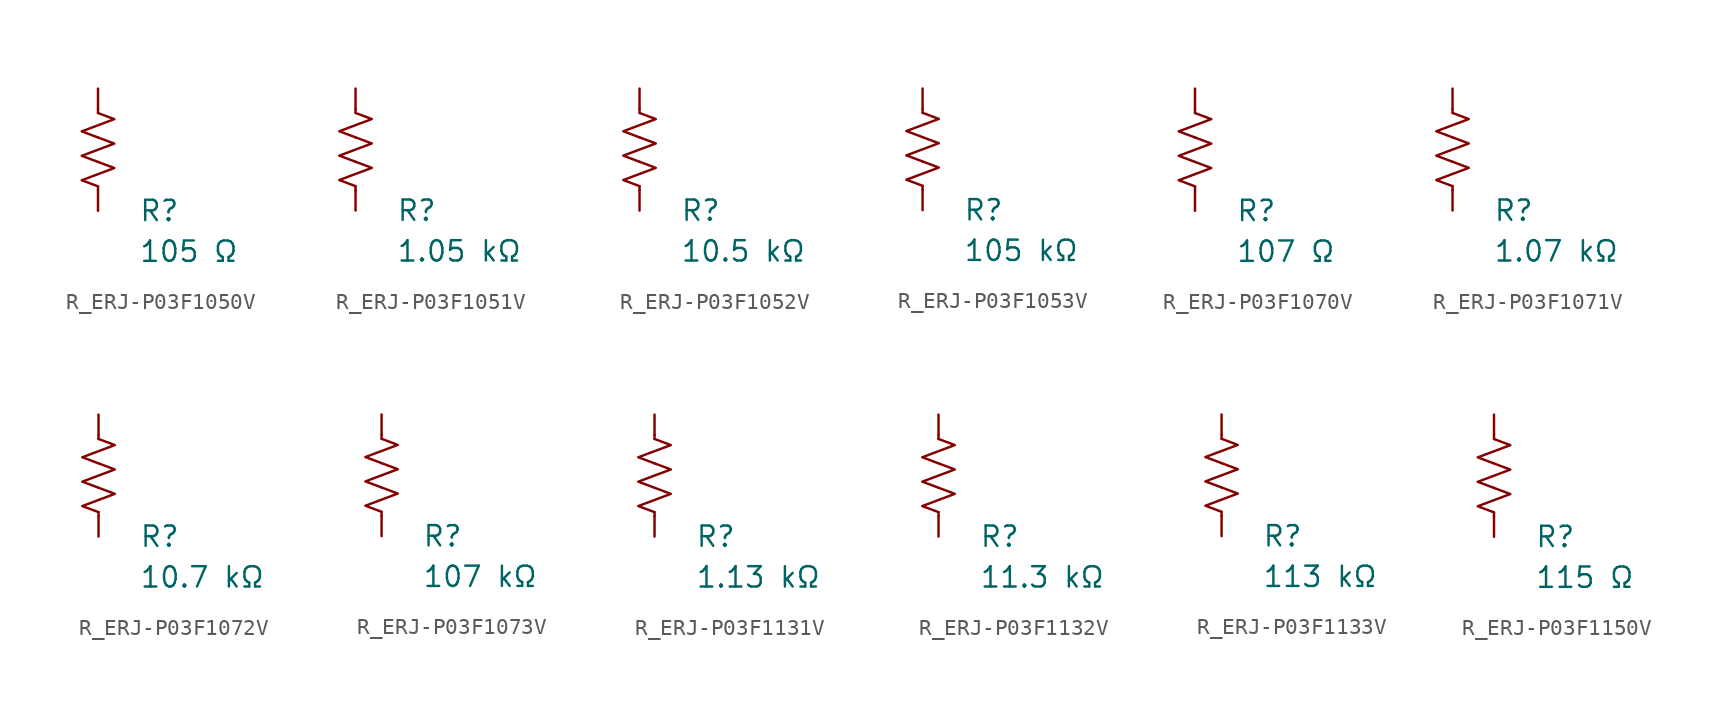
<source format=kicad_sym>
(kicad_symbol_lib
  (version 20231120)
  (generator "kicad_symbol_editor")
  (generator_version "8.0")
  (symbol "R_ERJ-P03F1050V"
    (pin_numbers hide)
    (pin_names
      (offset 0))
    (property "Reference" "R"
      (at 2.54 -3.81 0)
      (effects (font (size 1.27 1.27)) (justify left))
      (show_name no))
    (property "Value" "105 Ω"
      (at 2.54 -6.35 0)
      (effects (font (size 1.27 1.27)) (justify left))
      (show_name no))
    (symbol "R_ERJ-P03F1050V_0_1"
      (polyline (pts (xy 0 -2.286) (xy 0 -2.54)) (stroke (width 0) (type default)) (fill (type none)))
      (polyline (pts (xy 0 2.286) (xy 0 2.54)) (stroke (width 0) (type default)) (fill (type none)))
      (polyline (pts (xy 0 -0.762) (xy 1.016 -1.143) (xy 0 -1.524) (xy -1.016 -1.905) (xy 0 -2.286)) (stroke (width 0) (type default)) (fill (type none)))
      (polyline (pts (xy 0 0.762) (xy 1.016 0.381) (xy 0 0) (xy -1.016 -0.381) (xy 0 -0.762)) (stroke (width 0) (type default)) (fill (type none)))
      (polyline (pts (xy 0 2.286) (xy 1.016 1.905) (xy 0 1.524) (xy -1.016 1.143) (xy 0 0.762)) (stroke (width 0) (type default)) (fill (type none))))
    (symbol "R_ERJ-P03F1050V_1_1"
      (pin passive line (at 0 3.81 270) (length 1.27) (name "~" (effects (font (size 1.27 1.27)))) (number "1" (effects (font (size 1.27 1.27)))))
      (pin passive line (at 0 -3.81 90) (length 1.27) (name "~" (effects (font (size 1.27 1.27)))) (number "2" (effects (font (size 1.27 1.27)))))))
  (symbol "R_ERJ-P03F1051V"
    (pin_numbers hide)
    (pin_names
      (offset 0))
    (property "Reference" "R"
      (at 2.54 -3.81 0)
      (effects (font (size 1.27 1.27)) (justify left))
      (show_name no))
    (property "Value" "1.05 kΩ"
      (at 2.54 -6.35 0)
      (effects (font (size 1.27 1.27)) (justify left))
      (show_name no))
    (symbol "R_ERJ-P03F1051V_0_1"
      (polyline (pts (xy 0 -2.286) (xy 0 -2.54)) (stroke (width 0) (type default)) (fill (type none)))
      (polyline (pts (xy 0 2.286) (xy 0 2.54)) (stroke (width 0) (type default)) (fill (type none)))
      (polyline (pts (xy 0 -0.762) (xy 1.016 -1.143) (xy 0 -1.524) (xy -1.016 -1.905) (xy 0 -2.286)) (stroke (width 0) (type default)) (fill (type none)))
      (polyline (pts (xy 0 0.762) (xy 1.016 0.381) (xy 0 0) (xy -1.016 -0.381) (xy 0 -0.762)) (stroke (width 0) (type default)) (fill (type none)))
      (polyline (pts (xy 0 2.286) (xy 1.016 1.905) (xy 0 1.524) (xy -1.016 1.143) (xy 0 0.762)) (stroke (width 0) (type default)) (fill (type none))))
    (symbol "R_ERJ-P03F1051V_1_1"
      (pin passive line (at 0 3.81 270) (length 1.27) (name "~" (effects (font (size 1.27 1.27)))) (number "1" (effects (font (size 1.27 1.27)))))
      (pin passive line (at 0 -3.81 90) (length 1.27) (name "~" (effects (font (size 1.27 1.27)))) (number "2" (effects (font (size 1.27 1.27)))))))
  (symbol "R_ERJ-P03F1052V"
    (pin_numbers hide)
    (pin_names
      (offset 0))
    (property "Reference" "R"
      (at 2.54 -3.81 0)
      (effects (font (size 1.27 1.27)) (justify left))
      (show_name no))
    (property "Value" "10.5 kΩ"
      (at 2.54 -6.35 0)
      (effects (font (size 1.27 1.27)) (justify left))
      (show_name no))
    (symbol "R_ERJ-P03F1052V_0_1"
      (polyline (pts (xy 0 -2.286) (xy 0 -2.54)) (stroke (width 0) (type default)) (fill (type none)))
      (polyline (pts (xy 0 2.286) (xy 0 2.54)) (stroke (width 0) (type default)) (fill (type none)))
      (polyline (pts (xy 0 -0.762) (xy 1.016 -1.143) (xy 0 -1.524) (xy -1.016 -1.905) (xy 0 -2.286)) (stroke (width 0) (type default)) (fill (type none)))
      (polyline (pts (xy 0 0.762) (xy 1.016 0.381) (xy 0 0) (xy -1.016 -0.381) (xy 0 -0.762)) (stroke (width 0) (type default)) (fill (type none)))
      (polyline (pts (xy 0 2.286) (xy 1.016 1.905) (xy 0 1.524) (xy -1.016 1.143) (xy 0 0.762)) (stroke (width 0) (type default)) (fill (type none))))
    (symbol "R_ERJ-P03F1052V_1_1"
      (pin passive line (at 0 3.81 270) (length 1.27) (name "~" (effects (font (size 1.27 1.27)))) (number "1" (effects (font (size 1.27 1.27)))))
      (pin passive line (at 0 -3.81 90) (length 1.27) (name "~" (effects (font (size 1.27 1.27)))) (number "2" (effects (font (size 1.27 1.27)))))))
  (symbol "R_ERJ-P03F1053V"
    (pin_numbers hide)
    (pin_names
      (offset 0))
    (property "Reference" "R"
      (at 2.54 -3.81 0)
      (effects (font (size 1.27 1.27)) (justify left))
      (show_name no))
    (property "Value" "105 kΩ"
      (at 2.54 -6.35 0)
      (effects (font (size 1.27 1.27)) (justify left))
      (show_name no))
    (symbol "R_ERJ-P03F1053V_0_1"
      (polyline (pts (xy 0 -2.286) (xy 0 -2.54)) (stroke (width 0) (type default)) (fill (type none)))
      (polyline (pts (xy 0 2.286) (xy 0 2.54)) (stroke (width 0) (type default)) (fill (type none)))
      (polyline (pts (xy 0 -0.762) (xy 1.016 -1.143) (xy 0 -1.524) (xy -1.016 -1.905) (xy 0 -2.286)) (stroke (width 0) (type default)) (fill (type none)))
      (polyline (pts (xy 0 0.762) (xy 1.016 0.381) (xy 0 0) (xy -1.016 -0.381) (xy 0 -0.762)) (stroke (width 0) (type default)) (fill (type none)))
      (polyline (pts (xy 0 2.286) (xy 1.016 1.905) (xy 0 1.524) (xy -1.016 1.143) (xy 0 0.762)) (stroke (width 0) (type default)) (fill (type none))))
    (symbol "R_ERJ-P03F1053V_1_1"
      (pin passive line (at 0 3.81 270) (length 1.27) (name "~" (effects (font (size 1.27 1.27)))) (number "1" (effects (font (size 1.27 1.27)))))
      (pin passive line (at 0 -3.81 90) (length 1.27) (name "~" (effects (font (size 1.27 1.27)))) (number "2" (effects (font (size 1.27 1.27)))))))
  (symbol "R_ERJ-P03F1070V"
    (pin_numbers hide)
    (pin_names
      (offset 0))
    (property "Reference" "R"
      (at 2.54 -3.81 0)
      (effects (font (size 1.27 1.27)) (justify left))
      (show_name no))
    (property "Value" "107 Ω"
      (at 2.54 -6.35 0)
      (effects (font (size 1.27 1.27)) (justify left))
      (show_name no))
    (symbol "R_ERJ-P03F1070V_0_1"
      (polyline (pts (xy 0 -2.286) (xy 0 -2.54)) (stroke (width 0) (type default)) (fill (type none)))
      (polyline (pts (xy 0 2.286) (xy 0 2.54)) (stroke (width 0) (type default)) (fill (type none)))
      (polyline (pts (xy 0 -0.762) (xy 1.016 -1.143) (xy 0 -1.524) (xy -1.016 -1.905) (xy 0 -2.286)) (stroke (width 0) (type default)) (fill (type none)))
      (polyline (pts (xy 0 0.762) (xy 1.016 0.381) (xy 0 0) (xy -1.016 -0.381) (xy 0 -0.762)) (stroke (width 0) (type default)) (fill (type none)))
      (polyline (pts (xy 0 2.286) (xy 1.016 1.905) (xy 0 1.524) (xy -1.016 1.143) (xy 0 0.762)) (stroke (width 0) (type default)) (fill (type none))))
    (symbol "R_ERJ-P03F1070V_1_1"
      (pin passive line (at 0 3.81 270) (length 1.27) (name "~" (effects (font (size 1.27 1.27)))) (number "1" (effects (font (size 1.27 1.27)))))
      (pin passive line (at 0 -3.81 90) (length 1.27) (name "~" (effects (font (size 1.27 1.27)))) (number "2" (effects (font (size 1.27 1.27)))))))
  (symbol "R_ERJ-P03F1071V"
    (pin_numbers hide)
    (pin_names
      (offset 0))
    (property "Reference" "R"
      (at 2.54 -3.81 0)
      (effects (font (size 1.27 1.27)) (justify left))
      (show_name no))
    (property "Value" "1.07 kΩ"
      (at 2.54 -6.35 0)
      (effects (font (size 1.27 1.27)) (justify left))
      (show_name no))
    (symbol "R_ERJ-P03F1071V_0_1"
      (polyline (pts (xy 0 -2.286) (xy 0 -2.54)) (stroke (width 0) (type default)) (fill (type none)))
      (polyline (pts (xy 0 2.286) (xy 0 2.54)) (stroke (width 0) (type default)) (fill (type none)))
      (polyline (pts (xy 0 -0.762) (xy 1.016 -1.143) (xy 0 -1.524) (xy -1.016 -1.905) (xy 0 -2.286)) (stroke (width 0) (type default)) (fill (type none)))
      (polyline (pts (xy 0 0.762) (xy 1.016 0.381) (xy 0 0) (xy -1.016 -0.381) (xy 0 -0.762)) (stroke (width 0) (type default)) (fill (type none)))
      (polyline (pts (xy 0 2.286) (xy 1.016 1.905) (xy 0 1.524) (xy -1.016 1.143) (xy 0 0.762)) (stroke (width 0) (type default)) (fill (type none))))
    (symbol "R_ERJ-P03F1071V_1_1"
      (pin passive line (at 0 3.81 270) (length 1.27) (name "~" (effects (font (size 1.27 1.27)))) (number "1" (effects (font (size 1.27 1.27)))))
      (pin passive line (at 0 -3.81 90) (length 1.27) (name "~" (effects (font (size 1.27 1.27)))) (number "2" (effects (font (size 1.27 1.27)))))))
  (symbol "R_ERJ-P03F1072V"
    (pin_numbers hide)
    (pin_names
      (offset 0))
    (property "Reference" "R"
      (at 2.54 -3.81 0)
      (effects (font (size 1.27 1.27)) (justify left))
      (show_name no))
    (property "Value" "10.7 kΩ"
      (at 2.54 -6.35 0)
      (effects (font (size 1.27 1.27)) (justify left))
      (show_name no))
    (symbol "R_ERJ-P03F1072V_0_1"
      (polyline (pts (xy 0 -2.286) (xy 0 -2.54)) (stroke (width 0) (type default)) (fill (type none)))
      (polyline (pts (xy 0 2.286) (xy 0 2.54)) (stroke (width 0) (type default)) (fill (type none)))
      (polyline (pts (xy 0 -0.762) (xy 1.016 -1.143) (xy 0 -1.524) (xy -1.016 -1.905) (xy 0 -2.286)) (stroke (width 0) (type default)) (fill (type none)))
      (polyline (pts (xy 0 0.762) (xy 1.016 0.381) (xy 0 0) (xy -1.016 -0.381) (xy 0 -0.762)) (stroke (width 0) (type default)) (fill (type none)))
      (polyline (pts (xy 0 2.286) (xy 1.016 1.905) (xy 0 1.524) (xy -1.016 1.143) (xy 0 0.762)) (stroke (width 0) (type default)) (fill (type none))))
    (symbol "R_ERJ-P03F1072V_1_1"
      (pin passive line (at 0 3.81 270) (length 1.27) (name "~" (effects (font (size 1.27 1.27)))) (number "1" (effects (font (size 1.27 1.27)))))
      (pin passive line (at 0 -3.81 90) (length 1.27) (name "~" (effects (font (size 1.27 1.27)))) (number "2" (effects (font (size 1.27 1.27)))))))
  (symbol "R_ERJ-P03F1073V"
    (pin_numbers hide)
    (pin_names
      (offset 0))
    (property "Reference" "R"
      (at 2.54 -3.81 0)
      (effects (font (size 1.27 1.27)) (justify left))
      (show_name no))
    (property "Value" "107 kΩ"
      (at 2.54 -6.35 0)
      (effects (font (size 1.27 1.27)) (justify left))
      (show_name no))
    (symbol "R_ERJ-P03F1073V_0_1"
      (polyline (pts (xy 0 -2.286) (xy 0 -2.54)) (stroke (width 0) (type default)) (fill (type none)))
      (polyline (pts (xy 0 2.286) (xy 0 2.54)) (stroke (width 0) (type default)) (fill (type none)))
      (polyline (pts (xy 0 -0.762) (xy 1.016 -1.143) (xy 0 -1.524) (xy -1.016 -1.905) (xy 0 -2.286)) (stroke (width 0) (type default)) (fill (type none)))
      (polyline (pts (xy 0 0.762) (xy 1.016 0.381) (xy 0 0) (xy -1.016 -0.381) (xy 0 -0.762)) (stroke (width 0) (type default)) (fill (type none)))
      (polyline (pts (xy 0 2.286) (xy 1.016 1.905) (xy 0 1.524) (xy -1.016 1.143) (xy 0 0.762)) (stroke (width 0) (type default)) (fill (type none))))
    (symbol "R_ERJ-P03F1073V_1_1"
      (pin passive line (at 0 3.81 270) (length 1.27) (name "~" (effects (font (size 1.27 1.27)))) (number "1" (effects (font (size 1.27 1.27)))))
      (pin passive line (at 0 -3.81 90) (length 1.27) (name "~" (effects (font (size 1.27 1.27)))) (number "2" (effects (font (size 1.27 1.27)))))))
  (symbol "R_ERJ-P03F1131V"
    (pin_numbers hide)
    (pin_names
      (offset 0))
    (property "Reference" "R"
      (at 2.54 -3.81 0)
      (effects (font (size 1.27 1.27)) (justify left))
      (show_name no))
    (property "Value" "1.13 kΩ"
      (at 2.54 -6.35 0)
      (effects (font (size 1.27 1.27)) (justify left))
      (show_name no))
    (symbol "R_ERJ-P03F1131V_0_1"
      (polyline (pts (xy 0 -2.286) (xy 0 -2.54)) (stroke (width 0) (type default)) (fill (type none)))
      (polyline (pts (xy 0 2.286) (xy 0 2.54)) (stroke (width 0) (type default)) (fill (type none)))
      (polyline (pts (xy 0 -0.762) (xy 1.016 -1.143) (xy 0 -1.524) (xy -1.016 -1.905) (xy 0 -2.286)) (stroke (width 0) (type default)) (fill (type none)))
      (polyline (pts (xy 0 0.762) (xy 1.016 0.381) (xy 0 0) (xy -1.016 -0.381) (xy 0 -0.762)) (stroke (width 0) (type default)) (fill (type none)))
      (polyline (pts (xy 0 2.286) (xy 1.016 1.905) (xy 0 1.524) (xy -1.016 1.143) (xy 0 0.762)) (stroke (width 0) (type default)) (fill (type none))))
    (symbol "R_ERJ-P03F1131V_1_1"
      (pin passive line (at 0 3.81 270) (length 1.27) (name "~" (effects (font (size 1.27 1.27)))) (number "1" (effects (font (size 1.27 1.27)))))
      (pin passive line (at 0 -3.81 90) (length 1.27) (name "~" (effects (font (size 1.27 1.27)))) (number "2" (effects (font (size 1.27 1.27)))))))
  (symbol "R_ERJ-P03F1132V"
    (pin_numbers hide)
    (pin_names
      (offset 0))
    (property "Reference" "R"
      (at 2.54 -3.81 0)
      (effects (font (size 1.27 1.27)) (justify left))
      (show_name no))
    (property "Value" "11.3 kΩ"
      (at 2.54 -6.35 0)
      (effects (font (size 1.27 1.27)) (justify left))
      (show_name no))
    (symbol "R_ERJ-P03F1132V_0_1"
      (polyline (pts (xy 0 -2.286) (xy 0 -2.54)) (stroke (width 0) (type default)) (fill (type none)))
      (polyline (pts (xy 0 2.286) (xy 0 2.54)) (stroke (width 0) (type default)) (fill (type none)))
      (polyline (pts (xy 0 -0.762) (xy 1.016 -1.143) (xy 0 -1.524) (xy -1.016 -1.905) (xy 0 -2.286)) (stroke (width 0) (type default)) (fill (type none)))
      (polyline (pts (xy 0 0.762) (xy 1.016 0.381) (xy 0 0) (xy -1.016 -0.381) (xy 0 -0.762)) (stroke (width 0) (type default)) (fill (type none)))
      (polyline (pts (xy 0 2.286) (xy 1.016 1.905) (xy 0 1.524) (xy -1.016 1.143) (xy 0 0.762)) (stroke (width 0) (type default)) (fill (type none))))
    (symbol "R_ERJ-P03F1132V_1_1"
      (pin passive line (at 0 3.81 270) (length 1.27) (name "~" (effects (font (size 1.27 1.27)))) (number "1" (effects (font (size 1.27 1.27)))))
      (pin passive line (at 0 -3.81 90) (length 1.27) (name "~" (effects (font (size 1.27 1.27)))) (number "2" (effects (font (size 1.27 1.27)))))))
  (symbol "R_ERJ-P03F1133V"
    (pin_numbers hide)
    (pin_names
      (offset 0))
    (property "Reference" "R"
      (at 2.54 -3.81 0)
      (effects (font (size 1.27 1.27)) (justify left))
      (show_name no))
    (property "Value" "113 kΩ"
      (at 2.54 -6.35 0)
      (effects (font (size 1.27 1.27)) (justify left))
      (show_name no))
    (symbol "R_ERJ-P03F1133V_0_1"
      (polyline (pts (xy 0 -2.286) (xy 0 -2.54)) (stroke (width 0) (type default)) (fill (type none)))
      (polyline (pts (xy 0 2.286) (xy 0 2.54)) (stroke (width 0) (type default)) (fill (type none)))
      (polyline (pts (xy 0 -0.762) (xy 1.016 -1.143) (xy 0 -1.524) (xy -1.016 -1.905) (xy 0 -2.286)) (stroke (width 0) (type default)) (fill (type none)))
      (polyline (pts (xy 0 0.762) (xy 1.016 0.381) (xy 0 0) (xy -1.016 -0.381) (xy 0 -0.762)) (stroke (width 0) (type default)) (fill (type none)))
      (polyline (pts (xy 0 2.286) (xy 1.016 1.905) (xy 0 1.524) (xy -1.016 1.143) (xy 0 0.762)) (stroke (width 0) (type default)) (fill (type none))))
    (symbol "R_ERJ-P03F1133V_1_1"
      (pin passive line (at 0 3.81 270) (length 1.27) (name "~" (effects (font (size 1.27 1.27)))) (number "1" (effects (font (size 1.27 1.27)))))
      (pin passive line (at 0 -3.81 90) (length 1.27) (name "~" (effects (font (size 1.27 1.27)))) (number "2" (effects (font (size 1.27 1.27)))))))
  (symbol "R_ERJ-P03F1150V"
    (pin_numbers hide)
    (pin_names
      (offset 0))
    (property "Reference" "R"
      (at 2.54 -3.81 0)
      (effects (font (size 1.27 1.27)) (justify left))
      (show_name no))
    (property "Value" "115 Ω"
      (at 2.54 -6.35 0)
      (effects (font (size 1.27 1.27)) (justify left))
      (show_name no))
    (symbol "R_ERJ-P03F1150V_0_1"
      (polyline (pts (xy 0 -2.286) (xy 0 -2.54)) (stroke (width 0) (type default)) (fill (type none)))
      (polyline (pts (xy 0 2.286) (xy 0 2.54)) (stroke (width 0) (type default)) (fill (type none)))
      (polyline (pts (xy 0 -0.762) (xy 1.016 -1.143) (xy 0 -1.524) (xy -1.016 -1.905) (xy 0 -2.286)) (stroke (width 0) (type default)) (fill (type none)))
      (polyline (pts (xy 0 0.762) (xy 1.016 0.381) (xy 0 0) (xy -1.016 -0.381) (xy 0 -0.762)) (stroke (width 0) (type default)) (fill (type none)))
      (polyline (pts (xy 0 2.286) (xy 1.016 1.905) (xy 0 1.524) (xy -1.016 1.143) (xy 0 0.762)) (stroke (width 0) (type default)) (fill (type none))))
    (symbol "R_ERJ-P03F1150V_1_1"
      (pin passive line (at 0 3.81 270) (length 1.27) (name "~" (effects (font (size 1.27 1.27)))) (number "1" (effects (font (size 1.27 1.27)))))
      (pin passive line (at 0 -3.81 90) (length 1.27) (name "~" (effects (font (size 1.27 1.27)))) (number "2" (effects (font (size 1.27 1.27))))))))
</source>
